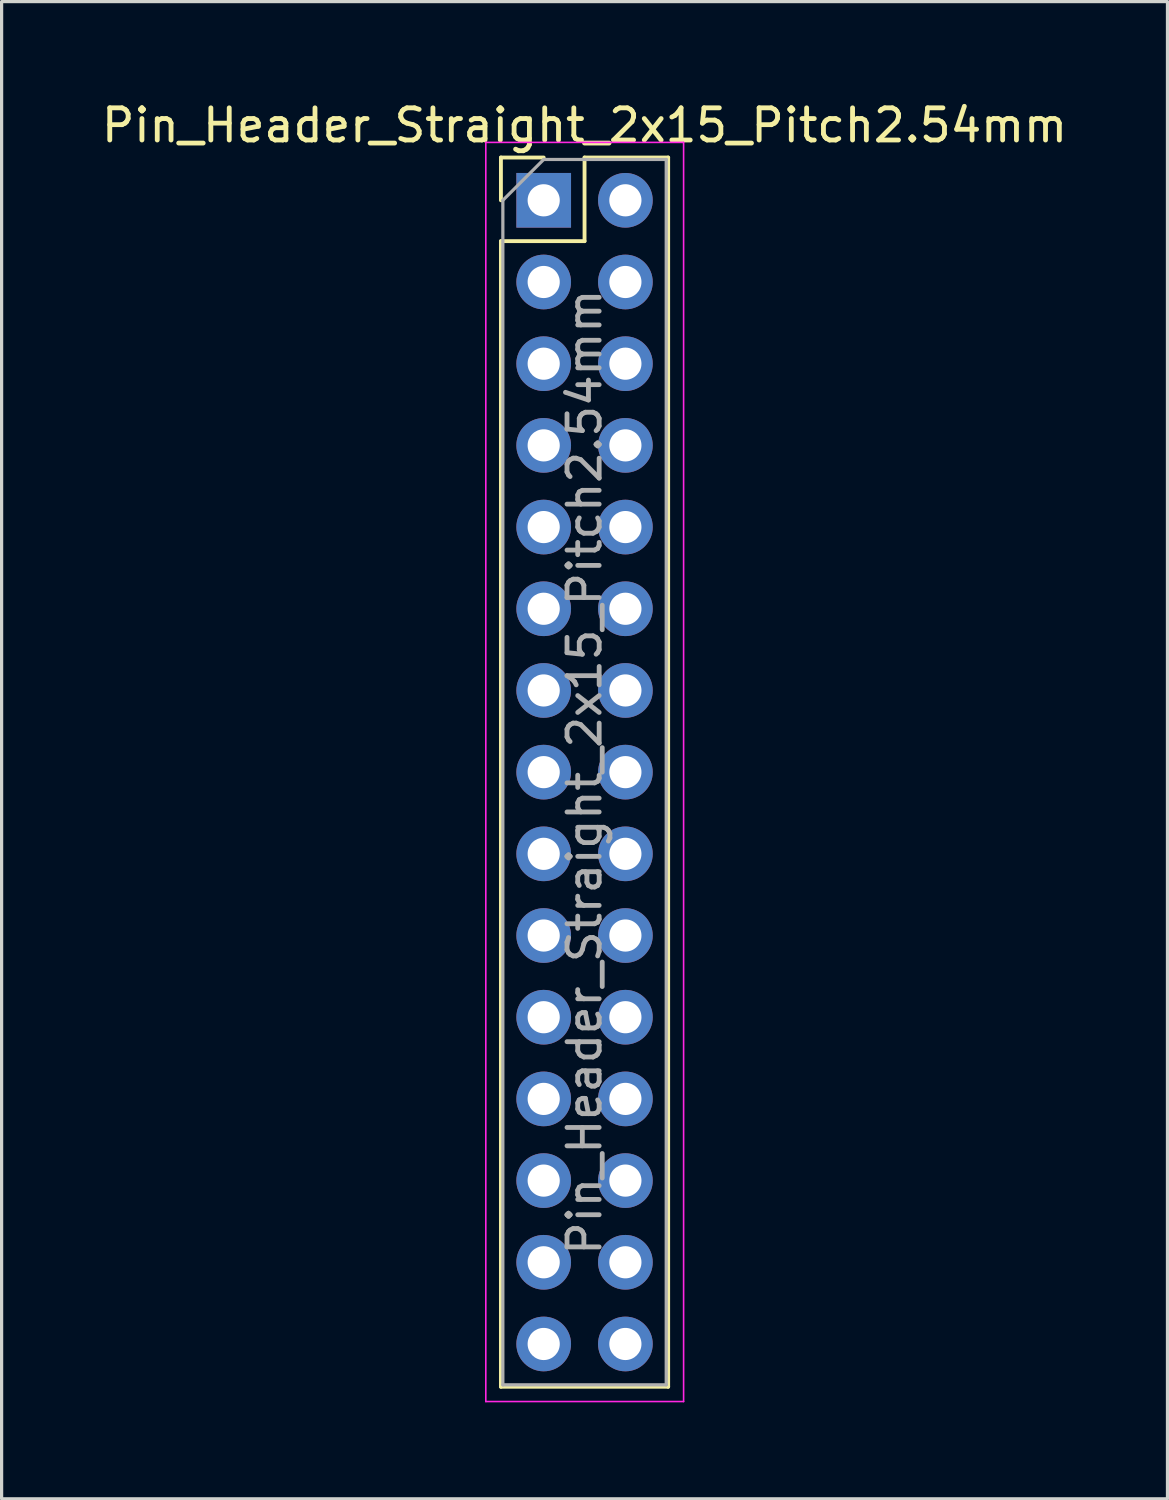
<source format=kicad_pcb>
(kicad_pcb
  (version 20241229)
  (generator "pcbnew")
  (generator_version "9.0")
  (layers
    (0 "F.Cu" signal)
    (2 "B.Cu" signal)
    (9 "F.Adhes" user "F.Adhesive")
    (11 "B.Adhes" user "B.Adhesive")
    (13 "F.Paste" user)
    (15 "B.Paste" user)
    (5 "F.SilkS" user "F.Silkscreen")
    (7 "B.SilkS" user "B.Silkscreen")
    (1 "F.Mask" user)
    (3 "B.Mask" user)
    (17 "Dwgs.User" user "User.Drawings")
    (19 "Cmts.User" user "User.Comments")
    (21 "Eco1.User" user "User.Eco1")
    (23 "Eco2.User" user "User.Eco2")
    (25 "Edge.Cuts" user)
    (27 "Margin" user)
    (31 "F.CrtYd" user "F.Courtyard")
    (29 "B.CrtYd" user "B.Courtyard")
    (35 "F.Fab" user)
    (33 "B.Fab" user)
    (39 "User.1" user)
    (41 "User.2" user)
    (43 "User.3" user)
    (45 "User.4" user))
  (footprint "Pin_Header_Straight_2x15_Pitch2.54mm"
    (layer "F.Cu")
    (at 13.855 3.178)
    (property "Reference" "Pin_Header_Straight_2x15_Pitch2.54mm" (at 1.27 -2.33 0) (layer "F.SilkS") (effects (font (size 1 1) (thickness 0.15))))
    (attr through_hole)
    (fp_line (start -1.33 -1.33) (end 0 -1.33) (stroke (width 0.12) (type solid)) (layer "F.SilkS"))
    (fp_line (start -1.33 0) (end -1.33 -1.33) (stroke (width 0.12) (type solid)) (layer "F.SilkS"))
    (fp_line (start -1.33 1.27) (end -1.33 36.89) (stroke (width 0.12) (type solid)) (layer "F.SilkS"))
    (fp_line (start -1.33 1.27) (end 1.27 1.27) (stroke (width 0.12) (type solid)) (layer "F.SilkS"))
    (fp_line (start -1.33 36.89) (end 3.87 36.89) (stroke (width 0.12) (type solid)) (layer "F.SilkS"))
    (fp_line (start 1.27 -1.33) (end 3.87 -1.33) (stroke (width 0.12) (type solid)) (layer "F.SilkS"))
    (fp_line (start 1.27 1.27) (end 1.27 -1.33) (stroke (width 0.12) (type solid)) (layer "F.SilkS"))
    (fp_line (start 3.87 -1.33) (end 3.87 36.89) (stroke (width 0.12) (type solid)) (layer "F.SilkS"))
    (fp_line (start -1.8 -1.8) (end -1.8 37.35) (stroke (width 0.05) (type solid)) (layer "F.CrtYd"))
    (fp_line (start -1.8 37.35) (end 4.35 37.35) (stroke (width 0.05) (type solid)) (layer "F.CrtYd"))
    (fp_line (start 4.35 -1.8) (end -1.8 -1.8) (stroke (width 0.05) (type solid)) (layer "F.CrtYd"))
    (fp_line (start 4.35 37.35) (end 4.35 -1.8) (stroke (width 0.05) (type solid)) (layer "F.CrtYd"))
    (fp_line (start -1.27 0) (end 0 -1.27) (stroke (width 0.1) (type solid)) (layer "F.Fab"))
    (fp_line (start -1.27 36.83) (end -1.27 0) (stroke (width 0.1) (type solid)) (layer "F.Fab"))
    (fp_line (start 0 -1.27) (end 3.81 -1.27) (stroke (width 0.1) (type solid)) (layer "F.Fab"))
    (fp_line (start 3.81 -1.27) (end 3.81 36.83) (stroke (width 0.1) (type solid)) (layer "F.Fab"))
    (fp_line (start 3.81 36.83) (end -1.27 36.83) (stroke (width 0.1) (type solid)) (layer "F.Fab"))
    (fp_text user "${REFERENCE}" (at 1.27 17.78 90) (layer "F.Fab") (effects (font (size 1 1) (thickness 0.15))))
    (pad "1" thru_hole rect (at 0 0) (size 1.7 1.7) (drill 1) (layers "*.Cu" "*.Mask"))
    (pad "2" thru_hole oval (at 2.54 0) (size 1.7 1.7) (drill 1) (layers "*.Cu" "*.Mask"))
    (pad "3" thru_hole oval (at 0 2.54) (size 1.7 1.7) (drill 1) (layers "*.Cu" "*.Mask"))
    (pad "4" thru_hole oval (at 2.54 2.54) (size 1.7 1.7) (drill 1) (layers "*.Cu" "*.Mask"))
    (pad "5" thru_hole oval (at 0 5.08) (size 1.7 1.7) (drill 1) (layers "*.Cu" "*.Mask"))
    (pad "6" thru_hole oval (at 2.54 5.08) (size 1.7 1.7) (drill 1) (layers "*.Cu" "*.Mask"))
    (pad "7" thru_hole oval (at 0 7.62) (size 1.7 1.7) (drill 1) (layers "*.Cu" "*.Mask"))
    (pad "8" thru_hole oval (at 2.54 7.62) (size 1.7 1.7) (drill 1) (layers "*.Cu" "*.Mask"))
    (pad "9" thru_hole oval (at 0 10.16) (size 1.7 1.7) (drill 1) (layers "*.Cu" "*.Mask"))
    (pad "10" thru_hole oval (at 2.54 10.16) (size 1.7 1.7) (drill 1) (layers "*.Cu" "*.Mask"))
    (pad "11" thru_hole oval (at 0 12.7) (size 1.7 1.7) (drill 1) (layers "*.Cu" "*.Mask"))
    (pad "12" thru_hole oval (at 2.54 12.7) (size 1.7 1.7) (drill 1) (layers "*.Cu" "*.Mask"))
    (pad "13" thru_hole oval (at 0 15.24) (size 1.7 1.7) (drill 1) (layers "*.Cu" "*.Mask"))
    (pad "14" thru_hole oval (at 2.54 15.24) (size 1.7 1.7) (drill 1) (layers "*.Cu" "*.Mask"))
    (pad "15" thru_hole oval (at 0 17.78) (size 1.7 1.7) (drill 1) (layers "*.Cu" "*.Mask"))
    (pad "16" thru_hole oval (at 2.54 17.78) (size 1.7 1.7) (drill 1) (layers "*.Cu" "*.Mask"))
    (pad "17" thru_hole oval (at 0 20.32) (size 1.7 1.7) (drill 1) (layers "*.Cu" "*.Mask"))
    (pad "18" thru_hole oval (at 2.54 20.32) (size 1.7 1.7) (drill 1) (layers "*.Cu" "*.Mask"))
    (pad "19" thru_hole oval (at 0 22.86) (size 1.7 1.7) (drill 1) (layers "*.Cu" "*.Mask"))
    (pad "20" thru_hole oval (at 2.54 22.86) (size 1.7 1.7) (drill 1) (layers "*.Cu" "*.Mask"))
    (pad "21" thru_hole oval (at 0 25.4) (size 1.7 1.7) (drill 1) (layers "*.Cu" "*.Mask"))
    (pad "22" thru_hole oval (at 2.54 25.4) (size 1.7 1.7) (drill 1) (layers "*.Cu" "*.Mask"))
    (pad "23" thru_hole oval (at 0 27.94) (size 1.7 1.7) (drill 1) (layers "*.Cu" "*.Mask"))
    (pad "24" thru_hole oval (at 2.54 27.94) (size 1.7 1.7) (drill 1) (layers "*.Cu" "*.Mask"))
    (pad "25" thru_hole oval (at 0 30.48) (size 1.7 1.7) (drill 1) (layers "*.Cu" "*.Mask"))
    (pad "26" thru_hole oval (at 2.54 30.48) (size 1.7 1.7) (drill 1) (layers "*.Cu" "*.Mask"))
    (pad "27" thru_hole oval (at 0 33.02) (size 1.7 1.7) (drill 1) (layers "*.Cu" "*.Mask"))
    (pad "28" thru_hole oval (at 2.54 33.02) (size 1.7 1.7) (drill 1) (layers "*.Cu" "*.Mask"))
    (pad "29" thru_hole oval (at 0 35.56) (size 1.7 1.7) (drill 1) (layers "*.Cu" "*.Mask"))
    (pad "30" thru_hole oval (at 2.54 35.56) (size 1.7 1.7) (drill 1) (layers "*.Cu" "*.Mask")))
  (gr_rect
    (start -3 -3)
    (end 33.25 43.553)
    (stroke (width 0.1) (type default))
    (fill no)
    (layer "Edge.Cuts")))
</source>
